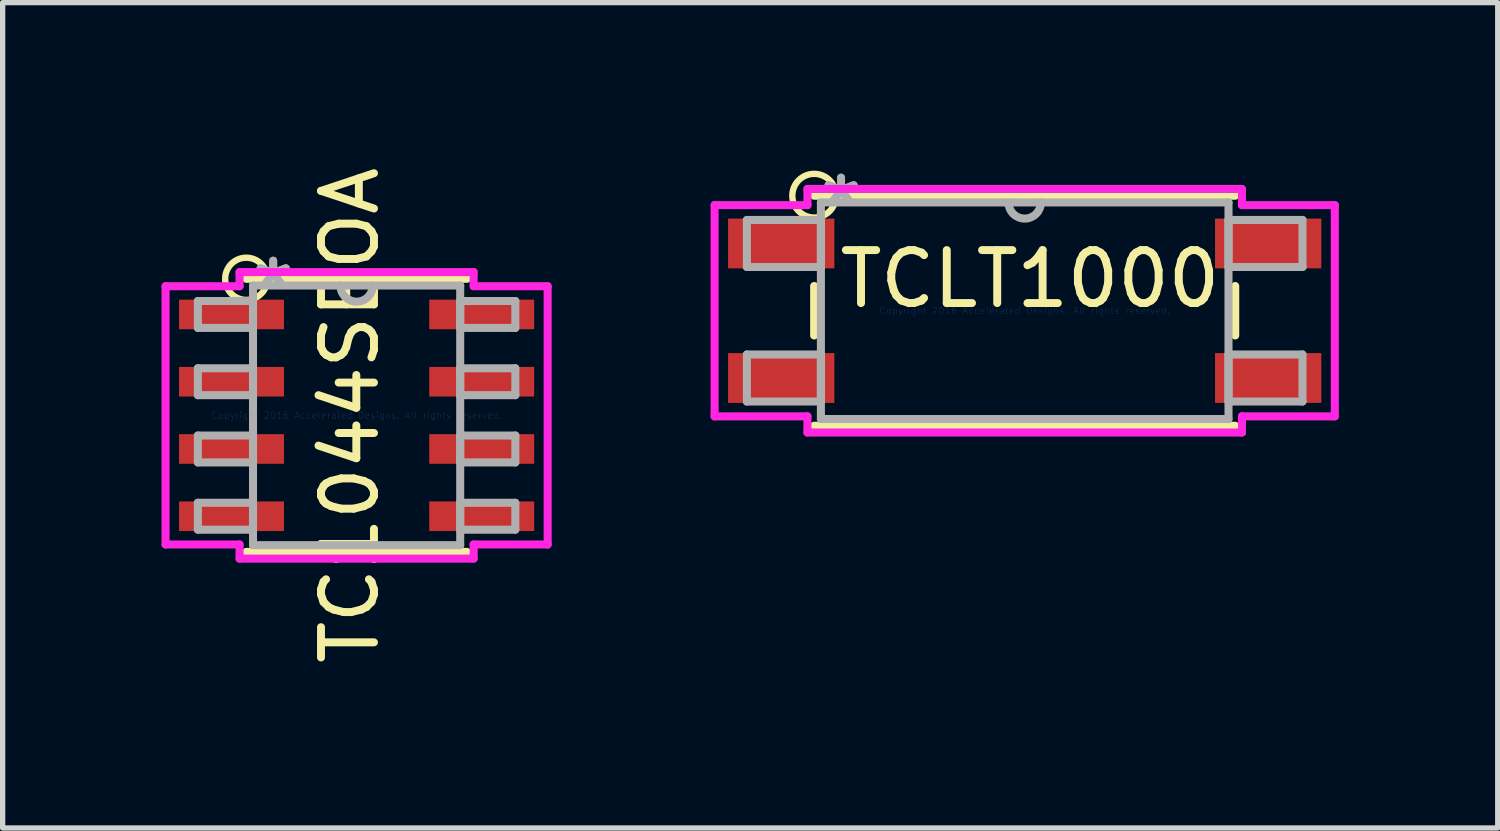
<source format=kicad_pcb>
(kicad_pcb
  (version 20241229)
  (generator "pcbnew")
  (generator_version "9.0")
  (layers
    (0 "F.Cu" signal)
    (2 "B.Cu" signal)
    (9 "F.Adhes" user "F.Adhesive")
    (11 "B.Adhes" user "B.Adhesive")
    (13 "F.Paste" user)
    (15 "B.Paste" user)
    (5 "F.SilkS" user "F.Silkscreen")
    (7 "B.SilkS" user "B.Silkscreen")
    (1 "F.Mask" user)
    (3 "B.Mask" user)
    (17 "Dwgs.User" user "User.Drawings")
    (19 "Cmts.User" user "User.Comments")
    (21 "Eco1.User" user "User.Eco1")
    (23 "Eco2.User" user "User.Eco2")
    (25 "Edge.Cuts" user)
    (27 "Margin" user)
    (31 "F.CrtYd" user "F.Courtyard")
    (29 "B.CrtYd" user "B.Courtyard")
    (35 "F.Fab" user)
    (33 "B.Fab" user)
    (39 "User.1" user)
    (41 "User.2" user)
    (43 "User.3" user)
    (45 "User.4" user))
  (footprint "TCLT1000"
    (layer "F.Cu")
    (at 16.297 2.817)
    (property "Reference" "TCLT1000" (at 0.1 -0.6 0) (layer "F.SilkS") (effects (font (size 1 1) (thickness 0.15))))
    (attr smd)
    (fp_line (start -3.975 -0.467) (end -3.975 0.467) (stroke (width 0.152) (type solid)) (layer "F.SilkS"))
    (fp_line (start -3.975 2.172) (end 3.975 2.172) (stroke (width 0.152) (type solid)) (layer "F.SilkS"))
    (fp_line (start 3.975 -2.172) (end -3.975 -2.172) (stroke (width 0.152) (type solid)) (layer "F.SilkS"))
    (fp_line (start 3.975 0.467) (end 3.975 -0.467) (stroke (width 0.152) (type solid)) (layer "F.SilkS"))
    (fp_circle (center -3.975 -2.172) (end -3.6 -2) (stroke (width 0.12) (type solid)) (fill no) (layer "F.SilkS"))
    (fp_line (start -5.855 -1.994) (end -4.102 -1.994) (stroke (width 0.152) (type solid)) (layer "F.CrtYd"))
    (fp_line (start -5.855 1.994) (end -5.855 -1.994) (stroke (width 0.152) (type solid)) (layer "F.CrtYd"))
    (fp_line (start -4.102 -2.299) (end 4.102 -2.299) (stroke (width 0.152) (type solid)) (layer "F.CrtYd"))
    (fp_line (start -4.102 -1.994) (end -4.102 -2.299) (stroke (width 0.152) (type solid)) (layer "F.CrtYd"))
    (fp_line (start -4.102 1.994) (end -5.855 1.994) (stroke (width 0.152) (type solid)) (layer "F.CrtYd"))
    (fp_line (start -4.102 2.299) (end -4.102 1.994) (stroke (width 0.152) (type solid)) (layer "F.CrtYd"))
    (fp_line (start 4.102 -2.299) (end 4.102 -1.994) (stroke (width 0.152) (type solid)) (layer "F.CrtYd"))
    (fp_line (start 4.102 -1.994) (end 5.855 -1.994) (stroke (width 0.152) (type solid)) (layer "F.CrtYd"))
    (fp_line (start 4.102 1.994) (end 4.102 2.299) (stroke (width 0.152) (type solid)) (layer "F.CrtYd"))
    (fp_line (start 4.102 2.299) (end -4.102 2.299) (stroke (width 0.152) (type solid)) (layer "F.CrtYd"))
    (fp_line (start 5.855 -1.994) (end 5.855 1.994) (stroke (width 0.152) (type solid)) (layer "F.CrtYd"))
    (fp_line (start 5.855 1.994) (end 4.102 1.994) (stroke (width 0.152) (type solid)) (layer "F.CrtYd"))
    (fp_line (start -5.245 -1.714) (end -5.245 -0.826) (stroke (width 0.152) (type solid)) (layer "F.Fab"))
    (fp_line (start -5.245 -0.826) (end -3.848 -0.826) (stroke (width 0.152) (type solid)) (layer "F.Fab"))
    (fp_line (start -5.245 0.826) (end -5.245 1.714) (stroke (width 0.152) (type solid)) (layer "F.Fab"))
    (fp_line (start -5.245 1.714) (end -3.848 1.714) (stroke (width 0.152) (type solid)) (layer "F.Fab"))
    (fp_line (start -3.848 -2.045) (end -3.848 2.045) (stroke (width 0.152) (type solid)) (layer "F.Fab"))
    (fp_line (start -3.848 -1.714) (end -5.245 -1.714) (stroke (width 0.152) (type solid)) (layer "F.Fab"))
    (fp_line (start -3.848 -0.826) (end -3.848 -1.714) (stroke (width 0.152) (type solid)) (layer "F.Fab"))
    (fp_line (start -3.848 0.826) (end -5.245 0.826) (stroke (width 0.152) (type solid)) (layer "F.Fab"))
    (fp_line (start -3.848 1.714) (end -3.848 0.826) (stroke (width 0.152) (type solid)) (layer "F.Fab"))
    (fp_line (start -3.848 2.045) (end 3.848 2.045) (stroke (width 0.152) (type solid)) (layer "F.Fab"))
    (fp_line (start 3.848 -2.045) (end -3.848 -2.045) (stroke (width 0.152) (type solid)) (layer "F.Fab"))
    (fp_line (start 3.848 -1.714) (end 3.848 -0.826) (stroke (width 0.152) (type solid)) (layer "F.Fab"))
    (fp_line (start 3.848 -0.826) (end 5.245 -0.826) (stroke (width 0.152) (type solid)) (layer "F.Fab"))
    (fp_line (start 3.848 0.826) (end 3.848 1.714) (stroke (width 0.152) (type solid)) (layer "F.Fab"))
    (fp_line (start 3.848 1.714) (end 5.245 1.714) (stroke (width 0.152) (type solid)) (layer "F.Fab"))
    (fp_line (start 3.848 2.045) (end 3.848 -2.045) (stroke (width 0.152) (type solid)) (layer "F.Fab"))
    (fp_line (start 5.245 -1.714) (end 3.848 -1.714) (stroke (width 0.152) (type solid)) (layer "F.Fab"))
    (fp_line (start 5.245 -0.826) (end 5.245 -1.714) (stroke (width 0.152) (type solid)) (layer "F.Fab"))
    (fp_line (start 5.245 0.826) (end 3.848 0.826) (stroke (width 0.152) (type solid)) (layer "F.Fab"))
    (fp_line (start 5.245 1.714) (end 5.245 0.826) (stroke (width 0.152) (type solid)) (layer "F.Fab"))
    (fp_arc (start 0.3048 -2.0447) (mid 0 -1.7399) (end -0.3048 -2.0447) (stroke (width 0.1524) (type solid)) (layer "F.Fab"))
    (fp_text user "Copyright 2016 Accelerated Designs. All rights reserved." (at 0 0 0) (layer "Cmts.User") (effects (font (size 0.127 0.127) (thickness 0.002))))
    (fp_text user "*" (at -3.467 -1.968 0) (layer "F.Fab") (effects (font (size 1 1) (thickness 0.15))))
    (fp_text user "*" (at -3.467 -1.968 0) (layer "F.Fab") (effects (font (size 1 1) (thickness 0.15))))
    (pad "1" smd rect (at -4.597 -1.27) (size 2.007 0.94) (layers "F.Cu" "F.Mask" "F.Paste"))
    (pad "2" smd rect (at -4.597 1.27) (size 2.007 0.94) (layers "F.Cu" "F.Mask" "F.Paste"))
    (pad "3" smd rect (at 4.597 1.27) (size 2.007 0.94) (layers "F.Cu" "F.Mask" "F.Paste"))
    (pad "4" smd rect (at 4.597 -1.27) (size 2.007 0.94) (layers "F.Cu" "F.Mask" "F.Paste")))
  (footprint "TC1044SEOA"
    (layer "F.Cu")
    (at 3.683 4.792)
    (property "Reference" "TC1044SEOA" (at -0.127 0 90) (layer "F.SilkS") (effects (font (size 1 1) (thickness 0.15))))
    (attr smd)
    (fp_line (start -2.083 2.578) (end 2.083 2.578) (stroke (width 0.152) (type solid)) (layer "F.SilkS"))
    (fp_line (start 2.083 -2.578) (end -2.083 -2.578) (stroke (width 0.152) (type solid)) (layer "F.SilkS"))
    (fp_circle (center -2.083 -2.578) (end -2.286 -2.921) (stroke (width 0.12) (type solid)) (fill no) (layer "F.SilkS"))
    (fp_line (start -3.607 -2.438) (end -2.21 -2.438) (stroke (width 0.152) (type solid)) (layer "F.CrtYd"))
    (fp_line (start -3.607 2.438) (end -3.607 -2.438) (stroke (width 0.152) (type solid)) (layer "F.CrtYd"))
    (fp_line (start -2.21 -2.705) (end 2.21 -2.705) (stroke (width 0.152) (type solid)) (layer "F.CrtYd"))
    (fp_line (start -2.21 -2.438) (end -2.21 -2.705) (stroke (width 0.152) (type solid)) (layer "F.CrtYd"))
    (fp_line (start -2.21 2.438) (end -3.607 2.438) (stroke (width 0.152) (type solid)) (layer "F.CrtYd"))
    (fp_line (start -2.21 2.705) (end -2.21 2.438) (stroke (width 0.152) (type solid)) (layer "F.CrtYd"))
    (fp_line (start 2.21 -2.705) (end 2.21 -2.438) (stroke (width 0.152) (type solid)) (layer "F.CrtYd"))
    (fp_line (start 2.21 -2.438) (end 3.607 -2.438) (stroke (width 0.152) (type solid)) (layer "F.CrtYd"))
    (fp_line (start 2.21 2.438) (end 2.21 2.705) (stroke (width 0.152) (type solid)) (layer "F.CrtYd"))
    (fp_line (start 2.21 2.705) (end -2.21 2.705) (stroke (width 0.152) (type solid)) (layer "F.CrtYd"))
    (fp_line (start 3.607 -2.438) (end 3.607 2.438) (stroke (width 0.152) (type solid)) (layer "F.CrtYd"))
    (fp_line (start 3.607 2.438) (end 2.21 2.438) (stroke (width 0.152) (type solid)) (layer "F.CrtYd"))
    (fp_line (start -2.997 -2.159) (end -2.997 -1.651) (stroke (width 0.152) (type solid)) (layer "F.Fab"))
    (fp_line (start -2.997 -1.651) (end -1.956 -1.651) (stroke (width 0.152) (type solid)) (layer "F.Fab"))
    (fp_line (start -2.997 -0.889) (end -2.997 -0.381) (stroke (width 0.152) (type solid)) (layer "F.Fab"))
    (fp_line (start -2.997 -0.381) (end -1.956 -0.381) (stroke (width 0.152) (type solid)) (layer "F.Fab"))
    (fp_line (start -2.997 0.381) (end -2.997 0.889) (stroke (width 0.152) (type solid)) (layer "F.Fab"))
    (fp_line (start -2.997 0.889) (end -1.956 0.889) (stroke (width 0.152) (type solid)) (layer "F.Fab"))
    (fp_line (start -2.997 1.651) (end -2.997 2.159) (stroke (width 0.152) (type solid)) (layer "F.Fab"))
    (fp_line (start -2.997 2.159) (end -1.956 2.159) (stroke (width 0.152) (type solid)) (layer "F.Fab"))
    (fp_line (start -1.956 -2.451) (end -1.956 2.451) (stroke (width 0.152) (type solid)) (layer "F.Fab"))
    (fp_line (start -1.956 -2.159) (end -2.997 -2.159) (stroke (width 0.152) (type solid)) (layer "F.Fab"))
    (fp_line (start -1.956 -1.651) (end -1.956 -2.159) (stroke (width 0.152) (type solid)) (layer "F.Fab"))
    (fp_line (start -1.956 -0.889) (end -2.997 -0.889) (stroke (width 0.152) (type solid)) (layer "F.Fab"))
    (fp_line (start -1.956 -0.381) (end -1.956 -0.889) (stroke (width 0.152) (type solid)) (layer "F.Fab"))
    (fp_line (start -1.956 0.381) (end -2.997 0.381) (stroke (width 0.152) (type solid)) (layer "F.Fab"))
    (fp_line (start -1.956 0.889) (end -1.956 0.381) (stroke (width 0.152) (type solid)) (layer "F.Fab"))
    (fp_line (start -1.956 1.651) (end -2.997 1.651) (stroke (width 0.152) (type solid)) (layer "F.Fab"))
    (fp_line (start -1.956 2.159) (end -1.956 1.651) (stroke (width 0.152) (type solid)) (layer "F.Fab"))
    (fp_line (start -1.956 2.451) (end 1.956 2.451) (stroke (width 0.152) (type solid)) (layer "F.Fab"))
    (fp_line (start 1.956 -2.451) (end -1.956 -2.451) (stroke (width 0.152) (type solid)) (layer "F.Fab"))
    (fp_line (start 1.956 -2.159) (end 1.956 -1.651) (stroke (width 0.152) (type solid)) (layer "F.Fab"))
    (fp_line (start 1.956 -1.651) (end 2.997 -1.651) (stroke (width 0.152) (type solid)) (layer "F.Fab"))
    (fp_line (start 1.956 -0.889) (end 1.956 -0.381) (stroke (width 0.152) (type solid)) (layer "F.Fab"))
    (fp_line (start 1.956 -0.381) (end 2.997 -0.381) (stroke (width 0.152) (type solid)) (layer "F.Fab"))
    (fp_line (start 1.956 0.381) (end 1.956 0.889) (stroke (width 0.152) (type solid)) (layer "F.Fab"))
    (fp_line (start 1.956 0.889) (end 2.997 0.889) (stroke (width 0.152) (type solid)) (layer "F.Fab"))
    (fp_line (start 1.956 1.651) (end 1.956 2.159) (stroke (width 0.152) (type solid)) (layer "F.Fab"))
    (fp_line (start 1.956 2.159) (end 2.997 2.159) (stroke (width 0.152) (type solid)) (layer "F.Fab"))
    (fp_line (start 1.956 2.451) (end 1.956 -2.451) (stroke (width 0.152) (type solid)) (layer "F.Fab"))
    (fp_line (start 2.997 -2.159) (end 1.956 -2.159) (stroke (width 0.152) (type solid)) (layer "F.Fab"))
    (fp_line (start 2.997 -1.651) (end 2.997 -2.159) (stroke (width 0.152) (type solid)) (layer "F.Fab"))
    (fp_line (start 2.997 -0.889) (end 1.956 -0.889) (stroke (width 0.152) (type solid)) (layer "F.Fab"))
    (fp_line (start 2.997 -0.381) (end 2.997 -0.889) (stroke (width 0.152) (type solid)) (layer "F.Fab"))
    (fp_line (start 2.997 0.381) (end 1.956 0.381) (stroke (width 0.152) (type solid)) (layer "F.Fab"))
    (fp_line (start 2.997 0.889) (end 2.997 0.381) (stroke (width 0.152) (type solid)) (layer "F.Fab"))
    (fp_line (start 2.997 1.651) (end 1.956 1.651) (stroke (width 0.152) (type solid)) (layer "F.Fab"))
    (fp_line (start 2.997 2.159) (end 2.997 1.651) (stroke (width 0.152) (type solid)) (layer "F.Fab"))
    (fp_arc (start 0.3048 -2.4511) (mid 0 -2.1463) (end -0.3048 -2.4511) (stroke (width 0.1524) (type solid)) (layer "F.Fab"))
    (fp_text user "Copyright 2016 Accelerated Designs. All rights reserved." (at 0 0 0) (layer "Cmts.User") (effects (font (size 0.127 0.127) (thickness 0.002))))
    (fp_text user "*" (at -1.575 -2.375 0) (layer "F.Fab") (effects (font (size 1 1) (thickness 0.15))))
    (fp_text user "*" (at -1.575 -2.375 0) (layer "F.Fab") (effects (font (size 1 1) (thickness 0.15))))
    (pad "1" smd rect (at -2.362 -1.905) (size 1.981 0.559) (layers "F.Cu" "F.Mask" "F.Paste"))
    (pad "2" smd rect (at -2.362 -0.635) (size 1.981 0.559) (layers "F.Cu" "F.Mask" "F.Paste"))
    (pad "3" smd rect (at -2.362 0.635) (size 1.981 0.559) (layers "F.Cu" "F.Mask" "F.Paste"))
    (pad "4" smd rect (at -2.362 1.905) (size 1.981 0.559) (layers "F.Cu" "F.Mask" "F.Paste"))
    (pad "5" smd rect (at 2.362 1.905) (size 1.981 0.559) (layers "F.Cu" "F.Mask" "F.Paste"))
    (pad "6" smd rect (at 2.362 0.635) (size 1.981 0.559) (layers "F.Cu" "F.Mask" "F.Paste"))
    (pad "7" smd rect (at 2.362 -0.635) (size 1.981 0.559) (layers "F.Cu" "F.Mask" "F.Paste"))
    (pad "8" smd rect (at 2.362 -1.905) (size 1.981 0.559) (layers "F.Cu" "F.Mask" "F.Paste")))
  (gr_rect
    (start -3 -3)
    (end 25.228 12.583)
    (stroke (width 0.1) (type default))
    (fill no)
    (layer "Edge.Cuts")))
</source>
